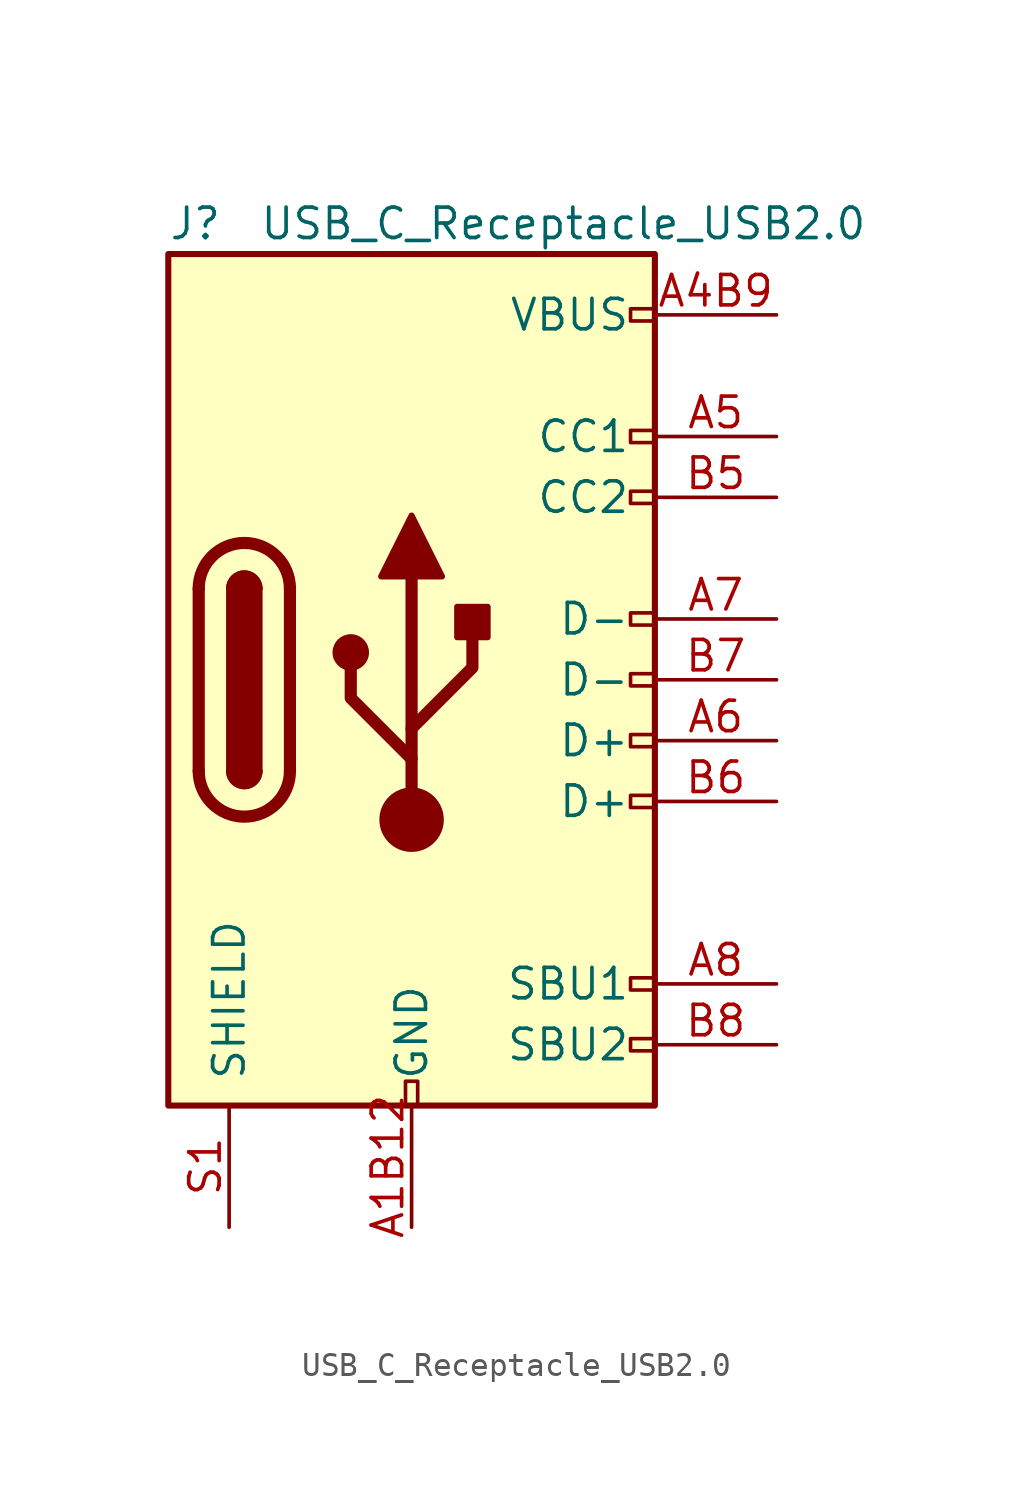
<source format=kicad_sym>
(kicad_symbol_lib
  (version 20220914)
  (generator kicad_symbol_editor)
  (symbol "USB_C_Receptacle_USB2.0"
    (pin_names
      (offset 1.016))
    (property "Reference" "J"
      (at -10.16 19.05 0)
      (effects (font (size 1.27 1.27)) (justify left)))
    (property "Value" "USB_C_Receptacle_USB2.0"
      (at 19.05 19.05 0)
      (effects (font (size 1.27 1.27)) (justify right)))
    (symbol "USB_C_Receptacle_USB2.0_0_0"
      (rectangle (start -0.254 -17.78) (end 0.254 -16.764) (stroke (width 0) (type default)) (fill (type none)))
      (rectangle (start 10.16 -14.986) (end 9.144 -15.494) (stroke (width 0) (type default)) (fill (type none)))
      (rectangle (start 10.16 -12.446) (end 9.144 -12.954) (stroke (width 0) (type default)) (fill (type none)))
      (rectangle (start 10.16 -4.826) (end 9.144 -5.334) (stroke (width 0) (type default)) (fill (type none)))
      (rectangle (start 10.16 -2.286) (end 9.144 -2.794) (stroke (width 0) (type default)) (fill (type none)))
      (rectangle (start 10.16 0.254) (end 9.144 -0.254) (stroke (width 0) (type default)) (fill (type none)))
      (rectangle (start 10.16 2.794) (end 9.144 2.286) (stroke (width 0) (type default)) (fill (type none)))
      (rectangle (start 10.16 7.874) (end 9.144 7.366) (stroke (width 0) (type default)) (fill (type none)))
      (rectangle (start 10.16 10.414) (end 9.144 9.906) (stroke (width 0) (type default)) (fill (type none)))
      (rectangle (start 10.16 15.494) (end 9.144 14.986) (stroke (width 0) (type default)) (fill (type none))))
    (symbol "USB_C_Receptacle_USB2.0_0_1"
      (rectangle (start -10.16 17.78) (end 10.16 -17.78) (stroke (width 0.254) (type default)) (fill (type background)))
      (arc (start -8.89 -3.81) (mid -6.985 -5.7067) (end -5.08 -3.81) (stroke (width 0.508) (type default)) (fill (type none)))
      (arc (start -7.62 -3.81) (mid -6.985 -4.4423) (end -6.35 -3.81) (stroke (width 0.254) (type default)) (fill (type none)))
      (arc (start -7.62 -3.81) (mid -6.985 -4.4423) (end -6.35 -3.81) (stroke (width 0.254) (type default)) (fill (type outline)))
      (rectangle (start -7.62 -3.81) (end -6.35 3.81) (stroke (width 0.254) (type default)) (fill (type outline)))
      (arc (start -6.35 3.81) (mid -6.985 4.4423) (end -7.62 3.81) (stroke (width 0.254) (type default)) (fill (type none)))
      (arc (start -6.35 3.81) (mid -6.985 4.4423) (end -7.62 3.81) (stroke (width 0.254) (type default)) (fill (type outline)))
      (arc (start -5.08 3.81) (mid -6.985 5.7067) (end -8.89 3.81) (stroke (width 0.508) (type default)) (fill (type none)))
      (circle (center -2.54 1.143) (radius 0.635) (stroke (width 0.254) (type default)) (fill (type outline)))
      (circle (center 0 -5.842) (radius 1.27) (stroke (width 0) (type default)) (fill (type outline)))
      (polyline (pts (xy -8.89 -3.81) (xy -8.89 3.81)) (stroke (width 0.508) (type default)) (fill (type none)))
      (polyline (pts (xy -5.08 3.81) (xy -5.08 -3.81)) (stroke (width 0.508) (type default)) (fill (type none)))
      (polyline (pts (xy 0 -5.842) (xy 0 4.318)) (stroke (width 0.508) (type default)) (fill (type none)))
      (polyline (pts (xy 0 -3.302) (xy -2.54 -0.762) (xy -2.54 0.508)) (stroke (width 0.508) (type default)) (fill (type none)))
      (polyline (pts (xy 0 -2.032) (xy 2.54 0.508) (xy 2.54 1.778)) (stroke (width 0.508) (type default)) (fill (type none)))
      (polyline (pts (xy -1.27 4.318) (xy 0 6.858) (xy 1.27 4.318) (xy -1.27 4.318)) (stroke (width 0.254) (type default)) (fill (type outline)))
      (rectangle (start 1.905 1.778) (end 3.175 3.048) (stroke (width 0.254) (type default)) (fill (type outline))))
    (symbol "USB_C_Receptacle_USB2.0_1_1"
      (pin passive line (at 0 -22.86 90) (length 5.08) (name "GND" (effects (font (size 1.27 1.27)))) (number "A1B12" (effects (font (size 1.27 1.27)))))
      (pin passive line (at 15.24 15.24 180) (length 5.08) (name "VBUS" (effects (font (size 1.27 1.27)))) (number "A4B9" (effects (font (size 1.27 1.27)))))
      (pin bidirectional line (at 15.24 10.16 180) (length 5.08) (name "CC1" (effects (font (size 1.27 1.27)))) (number "A5" (effects (font (size 1.27 1.27)))))
      (pin bidirectional line (at 15.24 -2.54 180) (length 5.08) (name "D+" (effects (font (size 1.27 1.27)))) (number "A6" (effects (font (size 1.27 1.27)))))
      (pin bidirectional line (at 15.24 2.54 180) (length 5.08) (name "D-" (effects (font (size 1.27 1.27)))) (number "A7" (effects (font (size 1.27 1.27)))))
      (pin bidirectional line (at 15.24 -12.7 180) (length 5.08) (name "SBU1" (effects (font (size 1.27 1.27)))) (number "A8" (effects (font (size 1.27 1.27)))))
      (pin passive line (at 0 -22.86 90) (length 5.08) hide (name "GND" (effects (font (size 1.27 1.27)))) (number "B1A12" (effects (font (size 1.27 1.27)))))
      (pin passive line (at 15.24 15.24 180) (length 5.08) hide (name "VBUS" (effects (font (size 1.27 1.27)))) (number "B4A9" (effects (font (size 1.27 1.27)))))
      (pin bidirectional line (at 15.24 7.62 180) (length 5.08) (name "CC2" (effects (font (size 1.27 1.27)))) (number "B5" (effects (font (size 1.27 1.27)))))
      (pin bidirectional line (at 15.24 -5.08 180) (length 5.08) (name "D+" (effects (font (size 1.27 1.27)))) (number "B6" (effects (font (size 1.27 1.27)))))
      (pin bidirectional line (at 15.24 0 180) (length 5.08) (name "D-" (effects (font (size 1.27 1.27)))) (number "B7" (effects (font (size 1.27 1.27)))))
      (pin bidirectional line (at 15.24 -15.24 180) (length 5.08) (name "SBU2" (effects (font (size 1.27 1.27)))) (number "B8" (effects (font (size 1.27 1.27)))))
      (pin passive line (at -7.62 -22.86 90) (length 5.08) (name "SHIELD" (effects (font (size 1.27 1.27)))) (number "S1" (effects (font (size 1.27 1.27))))))))
</source>
